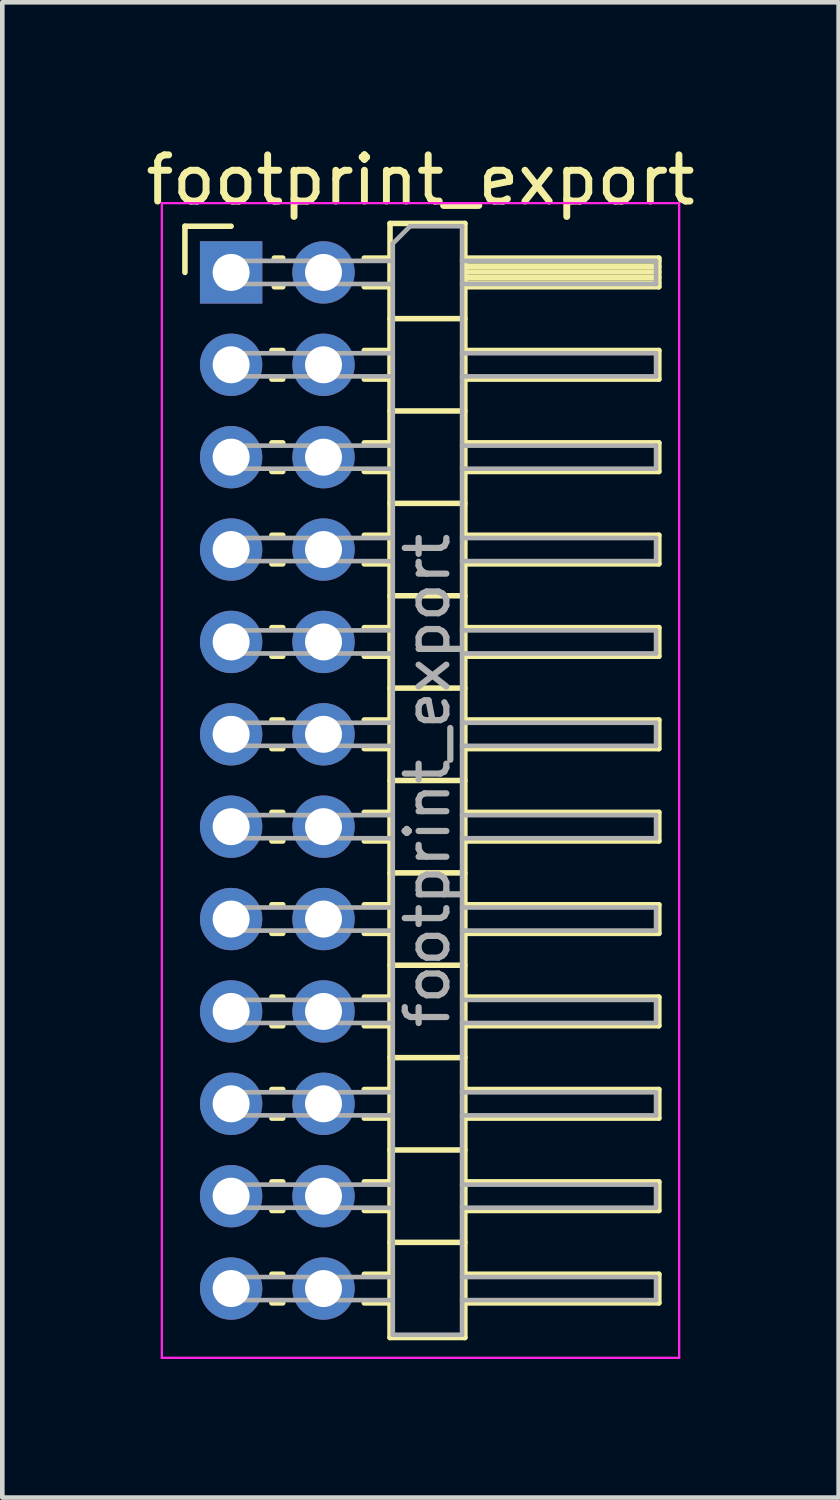
<source format=kicad_pcb>
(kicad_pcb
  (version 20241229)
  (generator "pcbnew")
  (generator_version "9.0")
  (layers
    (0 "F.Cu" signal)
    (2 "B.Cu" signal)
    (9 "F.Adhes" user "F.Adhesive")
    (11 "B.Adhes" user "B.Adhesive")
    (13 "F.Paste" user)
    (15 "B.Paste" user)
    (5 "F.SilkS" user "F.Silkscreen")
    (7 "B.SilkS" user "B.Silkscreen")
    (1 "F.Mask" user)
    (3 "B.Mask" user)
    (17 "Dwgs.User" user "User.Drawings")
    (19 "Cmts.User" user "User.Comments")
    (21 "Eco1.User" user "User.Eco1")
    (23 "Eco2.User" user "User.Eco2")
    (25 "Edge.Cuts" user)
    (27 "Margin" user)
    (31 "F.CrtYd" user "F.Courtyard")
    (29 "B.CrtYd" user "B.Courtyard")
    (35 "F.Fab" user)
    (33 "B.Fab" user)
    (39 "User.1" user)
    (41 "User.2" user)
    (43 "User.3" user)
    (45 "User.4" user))
  (footprint "footprint_export"
    (layer "F.Cu")
    (at 1.954 2.848)
    (property "Reference" "footprint_export" (at 4.1 -2 0) (layer "F.SilkS") (effects (font (size 1 1) (thickness 0.15))))
    (attr through_hole)
    (fp_line (start -1 -1) (end 0 -1) (stroke (width 0.12) (type solid)) (layer "F.SilkS"))
    (fp_line (start -1 0) (end -1 -1) (stroke (width 0.12) (type solid)) (layer "F.SilkS"))
    (fp_line (start 0.882 1.69) (end 1.118 1.69) (stroke (width 0.12) (type solid)) (layer "F.SilkS"))
    (fp_line (start 0.882 2.31) (end 1.118 2.31) (stroke (width 0.12) (type solid)) (layer "F.SilkS"))
    (fp_line (start 0.882 3.69) (end 1.118 3.69) (stroke (width 0.12) (type solid)) (layer "F.SilkS"))
    (fp_line (start 0.882 4.31) (end 1.118 4.31) (stroke (width 0.12) (type solid)) (layer "F.SilkS"))
    (fp_line (start 0.882 5.69) (end 1.118 5.69) (stroke (width 0.12) (type solid)) (layer "F.SilkS"))
    (fp_line (start 0.882 6.31) (end 1.118 6.31) (stroke (width 0.12) (type solid)) (layer "F.SilkS"))
    (fp_line (start 0.882 7.69) (end 1.118 7.69) (stroke (width 0.12) (type solid)) (layer "F.SilkS"))
    (fp_line (start 0.882 8.31) (end 1.118 8.31) (stroke (width 0.12) (type solid)) (layer "F.SilkS"))
    (fp_line (start 0.882 9.69) (end 1.118 9.69) (stroke (width 0.12) (type solid)) (layer "F.SilkS"))
    (fp_line (start 0.882 10.31) (end 1.118 10.31) (stroke (width 0.12) (type solid)) (layer "F.SilkS"))
    (fp_line (start 0.882 11.69) (end 1.118 11.69) (stroke (width 0.12) (type solid)) (layer "F.SilkS"))
    (fp_line (start 0.882 12.31) (end 1.118 12.31) (stroke (width 0.12) (type solid)) (layer "F.SilkS"))
    (fp_line (start 0.882 13.69) (end 1.118 13.69) (stroke (width 0.12) (type solid)) (layer "F.SilkS"))
    (fp_line (start 0.882 14.31) (end 1.118 14.31) (stroke (width 0.12) (type solid)) (layer "F.SilkS"))
    (fp_line (start 0.882 15.69) (end 1.118 15.69) (stroke (width 0.12) (type solid)) (layer "F.SilkS"))
    (fp_line (start 0.882 16.31) (end 1.118 16.31) (stroke (width 0.12) (type solid)) (layer "F.SilkS"))
    (fp_line (start 0.882 17.69) (end 1.118 17.69) (stroke (width 0.12) (type solid)) (layer "F.SilkS"))
    (fp_line (start 0.882 18.31) (end 1.118 18.31) (stroke (width 0.12) (type solid)) (layer "F.SilkS"))
    (fp_line (start 0.882 19.69) (end 1.118 19.69) (stroke (width 0.12) (type solid)) (layer "F.SilkS"))
    (fp_line (start 0.882 20.31) (end 1.118 20.31) (stroke (width 0.12) (type solid)) (layer "F.SilkS"))
    (fp_line (start 0.882 21.69) (end 1.118 21.69) (stroke (width 0.12) (type solid)) (layer "F.SilkS"))
    (fp_line (start 0.882 22.31) (end 1.118 22.31) (stroke (width 0.12) (type solid)) (layer "F.SilkS"))
    (fp_line (start 0.935 -0.31) (end 1.118 -0.31) (stroke (width 0.12) (type solid)) (layer "F.SilkS"))
    (fp_line (start 0.935 0.31) (end 1.118 0.31) (stroke (width 0.12) (type solid)) (layer "F.SilkS"))
    (fp_line (start 2.882 -0.31) (end 3.44 -0.31) (stroke (width 0.12) (type solid)) (layer "F.SilkS"))
    (fp_line (start 2.882 0.31) (end 3.44 0.31) (stroke (width 0.12) (type solid)) (layer "F.SilkS"))
    (fp_line (start 2.882 1.69) (end 3.44 1.69) (stroke (width 0.12) (type solid)) (layer "F.SilkS"))
    (fp_line (start 2.882 2.31) (end 3.44 2.31) (stroke (width 0.12) (type solid)) (layer "F.SilkS"))
    (fp_line (start 2.882 3.69) (end 3.44 3.69) (stroke (width 0.12) (type solid)) (layer "F.SilkS"))
    (fp_line (start 2.882 4.31) (end 3.44 4.31) (stroke (width 0.12) (type solid)) (layer "F.SilkS"))
    (fp_line (start 2.882 5.69) (end 3.44 5.69) (stroke (width 0.12) (type solid)) (layer "F.SilkS"))
    (fp_line (start 2.882 6.31) (end 3.44 6.31) (stroke (width 0.12) (type solid)) (layer "F.SilkS"))
    (fp_line (start 2.882 7.69) (end 3.44 7.69) (stroke (width 0.12) (type solid)) (layer "F.SilkS"))
    (fp_line (start 2.882 8.31) (end 3.44 8.31) (stroke (width 0.12) (type solid)) (layer "F.SilkS"))
    (fp_line (start 2.882 9.69) (end 3.44 9.69) (stroke (width 0.12) (type solid)) (layer "F.SilkS"))
    (fp_line (start 2.882 10.31) (end 3.44 10.31) (stroke (width 0.12) (type solid)) (layer "F.SilkS"))
    (fp_line (start 2.882 11.69) (end 3.44 11.69) (stroke (width 0.12) (type solid)) (layer "F.SilkS"))
    (fp_line (start 2.882 12.31) (end 3.44 12.31) (stroke (width 0.12) (type solid)) (layer "F.SilkS"))
    (fp_line (start 2.882 13.69) (end 3.44 13.69) (stroke (width 0.12) (type solid)) (layer "F.SilkS"))
    (fp_line (start 2.882 14.31) (end 3.44 14.31) (stroke (width 0.12) (type solid)) (layer "F.SilkS"))
    (fp_line (start 2.882 15.69) (end 3.44 15.69) (stroke (width 0.12) (type solid)) (layer "F.SilkS"))
    (fp_line (start 2.882 16.31) (end 3.44 16.31) (stroke (width 0.12) (type solid)) (layer "F.SilkS"))
    (fp_line (start 2.882 17.69) (end 3.44 17.69) (stroke (width 0.12) (type solid)) (layer "F.SilkS"))
    (fp_line (start 2.882 18.31) (end 3.44 18.31) (stroke (width 0.12) (type solid)) (layer "F.SilkS"))
    (fp_line (start 2.882 19.69) (end 3.44 19.69) (stroke (width 0.12) (type solid)) (layer "F.SilkS"))
    (fp_line (start 2.882 20.31) (end 3.44 20.31) (stroke (width 0.12) (type solid)) (layer "F.SilkS"))
    (fp_line (start 2.882 21.69) (end 3.44 21.69) (stroke (width 0.12) (type solid)) (layer "F.SilkS"))
    (fp_line (start 2.882 22.31) (end 3.44 22.31) (stroke (width 0.12) (type solid)) (layer "F.SilkS"))
    (fp_line (start 3.44 -1.06) (end 3.44 23.06) (stroke (width 0.12) (type solid)) (layer "F.SilkS"))
    (fp_line (start 3.44 1) (end 5.06 1) (stroke (width 0.12) (type solid)) (layer "F.SilkS"))
    (fp_line (start 3.44 3) (end 5.06 3) (stroke (width 0.12) (type solid)) (layer "F.SilkS"))
    (fp_line (start 3.44 5) (end 5.06 5) (stroke (width 0.12) (type solid)) (layer "F.SilkS"))
    (fp_line (start 3.44 7) (end 5.06 7) (stroke (width 0.12) (type solid)) (layer "F.SilkS"))
    (fp_line (start 3.44 9) (end 5.06 9) (stroke (width 0.12) (type solid)) (layer "F.SilkS"))
    (fp_line (start 3.44 11) (end 5.06 11) (stroke (width 0.12) (type solid)) (layer "F.SilkS"))
    (fp_line (start 3.44 13) (end 5.06 13) (stroke (width 0.12) (type solid)) (layer "F.SilkS"))
    (fp_line (start 3.44 15) (end 5.06 15) (stroke (width 0.12) (type solid)) (layer "F.SilkS"))
    (fp_line (start 3.44 17) (end 5.06 17) (stroke (width 0.12) (type solid)) (layer "F.SilkS"))
    (fp_line (start 3.44 19) (end 5.06 19) (stroke (width 0.12) (type solid)) (layer "F.SilkS"))
    (fp_line (start 3.44 21) (end 5.06 21) (stroke (width 0.12) (type solid)) (layer "F.SilkS"))
    (fp_line (start 3.44 23.06) (end 5.06 23.06) (stroke (width 0.12) (type solid)) (layer "F.SilkS"))
    (fp_line (start 5.06 -1.06) (end 3.44 -1.06) (stroke (width 0.12) (type solid)) (layer "F.SilkS"))
    (fp_line (start 5.06 -0.31) (end 9.26 -0.31) (stroke (width 0.12) (type solid)) (layer "F.SilkS"))
    (fp_line (start 5.06 -0.25) (end 9.26 -0.25) (stroke (width 0.12) (type solid)) (layer "F.SilkS"))
    (fp_line (start 5.06 -0.13) (end 9.26 -0.13) (stroke (width 0.12) (type solid)) (layer "F.SilkS"))
    (fp_line (start 5.06 -0.01) (end 9.26 -0.01) (stroke (width 0.12) (type solid)) (layer "F.SilkS"))
    (fp_line (start 5.06 0.11) (end 9.26 0.11) (stroke (width 0.12) (type solid)) (layer "F.SilkS"))
    (fp_line (start 5.06 0.23) (end 9.26 0.23) (stroke (width 0.12) (type solid)) (layer "F.SilkS"))
    (fp_line (start 5.06 1.69) (end 9.26 1.69) (stroke (width 0.12) (type solid)) (layer "F.SilkS"))
    (fp_line (start 5.06 3.69) (end 9.26 3.69) (stroke (width 0.12) (type solid)) (layer "F.SilkS"))
    (fp_line (start 5.06 5.69) (end 9.26 5.69) (stroke (width 0.12) (type solid)) (layer "F.SilkS"))
    (fp_line (start 5.06 7.69) (end 9.26 7.69) (stroke (width 0.12) (type solid)) (layer "F.SilkS"))
    (fp_line (start 5.06 9.69) (end 9.26 9.69) (stroke (width 0.12) (type solid)) (layer "F.SilkS"))
    (fp_line (start 5.06 11.69) (end 9.26 11.69) (stroke (width 0.12) (type solid)) (layer "F.SilkS"))
    (fp_line (start 5.06 13.69) (end 9.26 13.69) (stroke (width 0.12) (type solid)) (layer "F.SilkS"))
    (fp_line (start 5.06 15.69) (end 9.26 15.69) (stroke (width 0.12) (type solid)) (layer "F.SilkS"))
    (fp_line (start 5.06 17.69) (end 9.26 17.69) (stroke (width 0.12) (type solid)) (layer "F.SilkS"))
    (fp_line (start 5.06 19.69) (end 9.26 19.69) (stroke (width 0.12) (type solid)) (layer "F.SilkS"))
    (fp_line (start 5.06 21.69) (end 9.26 21.69) (stroke (width 0.12) (type solid)) (layer "F.SilkS"))
    (fp_line (start 5.06 23.06) (end 5.06 -1.06) (stroke (width 0.12) (type solid)) (layer "F.SilkS"))
    (fp_line (start 9.26 -0.31) (end 9.26 0.31) (stroke (width 0.12) (type solid)) (layer "F.SilkS"))
    (fp_line (start 9.26 0.31) (end 5.06 0.31) (stroke (width 0.12) (type solid)) (layer "F.SilkS"))
    (fp_line (start 9.26 1.69) (end 9.26 2.31) (stroke (width 0.12) (type solid)) (layer "F.SilkS"))
    (fp_line (start 9.26 2.31) (end 5.06 2.31) (stroke (width 0.12) (type solid)) (layer "F.SilkS"))
    (fp_line (start 9.26 3.69) (end 9.26 4.31) (stroke (width 0.12) (type solid)) (layer "F.SilkS"))
    (fp_line (start 9.26 4.31) (end 5.06 4.31) (stroke (width 0.12) (type solid)) (layer "F.SilkS"))
    (fp_line (start 9.26 5.69) (end 9.26 6.31) (stroke (width 0.12) (type solid)) (layer "F.SilkS"))
    (fp_line (start 9.26 6.31) (end 5.06 6.31) (stroke (width 0.12) (type solid)) (layer "F.SilkS"))
    (fp_line (start 9.26 7.69) (end 9.26 8.31) (stroke (width 0.12) (type solid)) (layer "F.SilkS"))
    (fp_line (start 9.26 8.31) (end 5.06 8.31) (stroke (width 0.12) (type solid)) (layer "F.SilkS"))
    (fp_line (start 9.26 9.69) (end 9.26 10.31) (stroke (width 0.12) (type solid)) (layer "F.SilkS"))
    (fp_line (start 9.26 10.31) (end 5.06 10.31) (stroke (width 0.12) (type solid)) (layer "F.SilkS"))
    (fp_line (start 9.26 11.69) (end 9.26 12.31) (stroke (width 0.12) (type solid)) (layer "F.SilkS"))
    (fp_line (start 9.26 12.31) (end 5.06 12.31) (stroke (width 0.12) (type solid)) (layer "F.SilkS"))
    (fp_line (start 9.26 13.69) (end 9.26 14.31) (stroke (width 0.12) (type solid)) (layer "F.SilkS"))
    (fp_line (start 9.26 14.31) (end 5.06 14.31) (stroke (width 0.12) (type solid)) (layer "F.SilkS"))
    (fp_line (start 9.26 15.69) (end 9.26 16.31) (stroke (width 0.12) (type solid)) (layer "F.SilkS"))
    (fp_line (start 9.26 16.31) (end 5.06 16.31) (stroke (width 0.12) (type solid)) (layer "F.SilkS"))
    (fp_line (start 9.26 17.69) (end 9.26 18.31) (stroke (width 0.12) (type solid)) (layer "F.SilkS"))
    (fp_line (start 9.26 18.31) (end 5.06 18.31) (stroke (width 0.12) (type solid)) (layer "F.SilkS"))
    (fp_line (start 9.26 19.69) (end 9.26 20.31) (stroke (width 0.12) (type solid)) (layer "F.SilkS"))
    (fp_line (start 9.26 20.31) (end 5.06 20.31) (stroke (width 0.12) (type solid)) (layer "F.SilkS"))
    (fp_line (start 9.26 21.69) (end 9.26 22.31) (stroke (width 0.12) (type solid)) (layer "F.SilkS"))
    (fp_line (start 9.26 22.31) (end 5.06 22.31) (stroke (width 0.12) (type solid)) (layer "F.SilkS"))
    (fp_line (start -1.5 -1.5) (end -1.5 23.5) (stroke (width 0.05) (type solid)) (layer "F.CrtYd"))
    (fp_line (start -1.5 23.5) (end 9.7 23.5) (stroke (width 0.05) (type solid)) (layer "F.CrtYd"))
    (fp_line (start 9.7 -1.5) (end -1.5 -1.5) (stroke (width 0.05) (type solid)) (layer "F.CrtYd"))
    (fp_line (start 9.7 23.5) (end 9.7 -1.5) (stroke (width 0.05) (type solid)) (layer "F.CrtYd"))
    (fp_line (start -0.25 -0.25) (end -0.25 0.25) (stroke (width 0.1) (type solid)) (layer "F.Fab"))
    (fp_line (start -0.25 -0.25) (end 3.5 -0.25) (stroke (width 0.1) (type solid)) (layer "F.Fab"))
    (fp_line (start -0.25 0.25) (end 3.5 0.25) (stroke (width 0.1) (type solid)) (layer "F.Fab"))
    (fp_line (start -0.25 1.75) (end -0.25 2.25) (stroke (width 0.1) (type solid)) (layer "F.Fab"))
    (fp_line (start -0.25 1.75) (end 3.5 1.75) (stroke (width 0.1) (type solid)) (layer "F.Fab"))
    (fp_line (start -0.25 2.25) (end 3.5 2.25) (stroke (width 0.1) (type solid)) (layer "F.Fab"))
    (fp_line (start -0.25 3.75) (end -0.25 4.25) (stroke (width 0.1) (type solid)) (layer "F.Fab"))
    (fp_line (start -0.25 3.75) (end 3.5 3.75) (stroke (width 0.1) (type solid)) (layer "F.Fab"))
    (fp_line (start -0.25 4.25) (end 3.5 4.25) (stroke (width 0.1) (type solid)) (layer "F.Fab"))
    (fp_line (start -0.25 5.75) (end -0.25 6.25) (stroke (width 0.1) (type solid)) (layer "F.Fab"))
    (fp_line (start -0.25 5.75) (end 3.5 5.75) (stroke (width 0.1) (type solid)) (layer "F.Fab"))
    (fp_line (start -0.25 6.25) (end 3.5 6.25) (stroke (width 0.1) (type solid)) (layer "F.Fab"))
    (fp_line (start -0.25 7.75) (end -0.25 8.25) (stroke (width 0.1) (type solid)) (layer "F.Fab"))
    (fp_line (start -0.25 7.75) (end 3.5 7.75) (stroke (width 0.1) (type solid)) (layer "F.Fab"))
    (fp_line (start -0.25 8.25) (end 3.5 8.25) (stroke (width 0.1) (type solid)) (layer "F.Fab"))
    (fp_line (start -0.25 9.75) (end -0.25 10.25) (stroke (width 0.1) (type solid)) (layer "F.Fab"))
    (fp_line (start -0.25 9.75) (end 3.5 9.75) (stroke (width 0.1) (type solid)) (layer "F.Fab"))
    (fp_line (start -0.25 10.25) (end 3.5 10.25) (stroke (width 0.1) (type solid)) (layer "F.Fab"))
    (fp_line (start -0.25 11.75) (end -0.25 12.25) (stroke (width 0.1) (type solid)) (layer "F.Fab"))
    (fp_line (start -0.25 11.75) (end 3.5 11.75) (stroke (width 0.1) (type solid)) (layer "F.Fab"))
    (fp_line (start -0.25 12.25) (end 3.5 12.25) (stroke (width 0.1) (type solid)) (layer "F.Fab"))
    (fp_line (start -0.25 13.75) (end -0.25 14.25) (stroke (width 0.1) (type solid)) (layer "F.Fab"))
    (fp_line (start -0.25 13.75) (end 3.5 13.75) (stroke (width 0.1) (type solid)) (layer "F.Fab"))
    (fp_line (start -0.25 14.25) (end 3.5 14.25) (stroke (width 0.1) (type solid)) (layer "F.Fab"))
    (fp_line (start -0.25 15.75) (end -0.25 16.25) (stroke (width 0.1) (type solid)) (layer "F.Fab"))
    (fp_line (start -0.25 15.75) (end 3.5 15.75) (stroke (width 0.1) (type solid)) (layer "F.Fab"))
    (fp_line (start -0.25 16.25) (end 3.5 16.25) (stroke (width 0.1) (type solid)) (layer "F.Fab"))
    (fp_line (start -0.25 17.75) (end -0.25 18.25) (stroke (width 0.1) (type solid)) (layer "F.Fab"))
    (fp_line (start -0.25 17.75) (end 3.5 17.75) (stroke (width 0.1) (type solid)) (layer "F.Fab"))
    (fp_line (start -0.25 18.25) (end 3.5 18.25) (stroke (width 0.1) (type solid)) (layer "F.Fab"))
    (fp_line (start -0.25 19.75) (end -0.25 20.25) (stroke (width 0.1) (type solid)) (layer "F.Fab"))
    (fp_line (start -0.25 19.75) (end 3.5 19.75) (stroke (width 0.1) (type solid)) (layer "F.Fab"))
    (fp_line (start -0.25 20.25) (end 3.5 20.25) (stroke (width 0.1) (type solid)) (layer "F.Fab"))
    (fp_line (start -0.25 21.75) (end -0.25 22.25) (stroke (width 0.1) (type solid)) (layer "F.Fab"))
    (fp_line (start -0.25 21.75) (end 3.5 21.75) (stroke (width 0.1) (type solid)) (layer "F.Fab"))
    (fp_line (start -0.25 22.25) (end 3.5 22.25) (stroke (width 0.1) (type solid)) (layer "F.Fab"))
    (fp_line (start 3.5 -0.625) (end 3.875 -1) (stroke (width 0.1) (type solid)) (layer "F.Fab"))
    (fp_line (start 3.5 23) (end 3.5 -0.625) (stroke (width 0.1) (type solid)) (layer "F.Fab"))
    (fp_line (start 3.875 -1) (end 5 -1) (stroke (width 0.1) (type solid)) (layer "F.Fab"))
    (fp_line (start 5 -1) (end 5 23) (stroke (width 0.1) (type solid)) (layer "F.Fab"))
    (fp_line (start 5 -0.25) (end 9.2 -0.25) (stroke (width 0.1) (type solid)) (layer "F.Fab"))
    (fp_line (start 5 0.25) (end 9.2 0.25) (stroke (width 0.1) (type solid)) (layer "F.Fab"))
    (fp_line (start 5 1.75) (end 9.2 1.75) (stroke (width 0.1) (type solid)) (layer "F.Fab"))
    (fp_line (start 5 2.25) (end 9.2 2.25) (stroke (width 0.1) (type solid)) (layer "F.Fab"))
    (fp_line (start 5 3.75) (end 9.2 3.75) (stroke (width 0.1) (type solid)) (layer "F.Fab"))
    (fp_line (start 5 4.25) (end 9.2 4.25) (stroke (width 0.1) (type solid)) (layer "F.Fab"))
    (fp_line (start 5 5.75) (end 9.2 5.75) (stroke (width 0.1) (type solid)) (layer "F.Fab"))
    (fp_line (start 5 6.25) (end 9.2 6.25) (stroke (width 0.1) (type solid)) (layer "F.Fab"))
    (fp_line (start 5 7.75) (end 9.2 7.75) (stroke (width 0.1) (type solid)) (layer "F.Fab"))
    (fp_line (start 5 8.25) (end 9.2 8.25) (stroke (width 0.1) (type solid)) (layer "F.Fab"))
    (fp_line (start 5 9.75) (end 9.2 9.75) (stroke (width 0.1) (type solid)) (layer "F.Fab"))
    (fp_line (start 5 10.25) (end 9.2 10.25) (stroke (width 0.1) (type solid)) (layer "F.Fab"))
    (fp_line (start 5 11.75) (end 9.2 11.75) (stroke (width 0.1) (type solid)) (layer "F.Fab"))
    (fp_line (start 5 12.25) (end 9.2 12.25) (stroke (width 0.1) (type solid)) (layer "F.Fab"))
    (fp_line (start 5 13.75) (end 9.2 13.75) (stroke (width 0.1) (type solid)) (layer "F.Fab"))
    (fp_line (start 5 14.25) (end 9.2 14.25) (stroke (width 0.1) (type solid)) (layer "F.Fab"))
    (fp_line (start 5 15.75) (end 9.2 15.75) (stroke (width 0.1) (type solid)) (layer "F.Fab"))
    (fp_line (start 5 16.25) (end 9.2 16.25) (stroke (width 0.1) (type solid)) (layer "F.Fab"))
    (fp_line (start 5 17.75) (end 9.2 17.75) (stroke (width 0.1) (type solid)) (layer "F.Fab"))
    (fp_line (start 5 18.25) (end 9.2 18.25) (stroke (width 0.1) (type solid)) (layer "F.Fab"))
    (fp_line (start 5 19.75) (end 9.2 19.75) (stroke (width 0.1) (type solid)) (layer "F.Fab"))
    (fp_line (start 5 20.25) (end 9.2 20.25) (stroke (width 0.1) (type solid)) (layer "F.Fab"))
    (fp_line (start 5 21.75) (end 9.2 21.75) (stroke (width 0.1) (type solid)) (layer "F.Fab"))
    (fp_line (start 5 22.25) (end 9.2 22.25) (stroke (width 0.1) (type solid)) (layer "F.Fab"))
    (fp_line (start 5 23) (end 3.5 23) (stroke (width 0.1) (type solid)) (layer "F.Fab"))
    (fp_line (start 9.2 -0.25) (end 9.2 0.25) (stroke (width 0.1) (type solid)) (layer "F.Fab"))
    (fp_line (start 9.2 1.75) (end 9.2 2.25) (stroke (width 0.1) (type solid)) (layer "F.Fab"))
    (fp_line (start 9.2 3.75) (end 9.2 4.25) (stroke (width 0.1) (type solid)) (layer "F.Fab"))
    (fp_line (start 9.2 5.75) (end 9.2 6.25) (stroke (width 0.1) (type solid)) (layer "F.Fab"))
    (fp_line (start 9.2 7.75) (end 9.2 8.25) (stroke (width 0.1) (type solid)) (layer "F.Fab"))
    (fp_line (start 9.2 9.75) (end 9.2 10.25) (stroke (width 0.1) (type solid)) (layer "F.Fab"))
    (fp_line (start 9.2 11.75) (end 9.2 12.25) (stroke (width 0.1) (type solid)) (layer "F.Fab"))
    (fp_line (start 9.2 13.75) (end 9.2 14.25) (stroke (width 0.1) (type solid)) (layer "F.Fab"))
    (fp_line (start 9.2 15.75) (end 9.2 16.25) (stroke (width 0.1) (type solid)) (layer "F.Fab"))
    (fp_line (start 9.2 17.75) (end 9.2 18.25) (stroke (width 0.1) (type solid)) (layer "F.Fab"))
    (fp_line (start 9.2 19.75) (end 9.2 20.25) (stroke (width 0.1) (type solid)) (layer "F.Fab"))
    (fp_line (start 9.2 21.75) (end 9.2 22.25) (stroke (width 0.1) (type solid)) (layer "F.Fab"))
    (fp_text user "${REFERENCE}" (at 4.25 11 90) (layer "F.Fab") (effects (font (size 0.9 0.9) (thickness 0.135))))
    (pad "1" thru_hole rect (at 0 0) (size 1.35 1.35) (drill 0.8) (layers "*.Cu" "*.Mask"))
    (pad "2" thru_hole oval (at 2 0) (size 1.35 1.35) (drill 0.8) (layers "*.Cu" "*.Mask"))
    (pad "3" thru_hole oval (at 0 2) (size 1.35 1.35) (drill 0.8) (layers "*.Cu" "*.Mask"))
    (pad "4" thru_hole oval (at 2 2) (size 1.35 1.35) (drill 0.8) (layers "*.Cu" "*.Mask"))
    (pad "5" thru_hole oval (at 0 4) (size 1.35 1.35) (drill 0.8) (layers "*.Cu" "*.Mask"))
    (pad "6" thru_hole oval (at 2 4) (size 1.35 1.35) (drill 0.8) (layers "*.Cu" "*.Mask"))
    (pad "7" thru_hole oval (at 0 6) (size 1.35 1.35) (drill 0.8) (layers "*.Cu" "*.Mask"))
    (pad "8" thru_hole oval (at 2 6) (size 1.35 1.35) (drill 0.8) (layers "*.Cu" "*.Mask"))
    (pad "9" thru_hole oval (at 0 8) (size 1.35 1.35) (drill 0.8) (layers "*.Cu" "*.Mask"))
    (pad "10" thru_hole oval (at 2 8) (size 1.35 1.35) (drill 0.8) (layers "*.Cu" "*.Mask"))
    (pad "11" thru_hole oval (at 0 10) (size 1.35 1.35) (drill 0.8) (layers "*.Cu" "*.Mask"))
    (pad "12" thru_hole oval (at 2 10) (size 1.35 1.35) (drill 0.8) (layers "*.Cu" "*.Mask"))
    (pad "13" thru_hole oval (at 0 12) (size 1.35 1.35) (drill 0.8) (layers "*.Cu" "*.Mask"))
    (pad "14" thru_hole oval (at 2 12) (size 1.35 1.35) (drill 0.8) (layers "*.Cu" "*.Mask"))
    (pad "15" thru_hole oval (at 0 14) (size 1.35 1.35) (drill 0.8) (layers "*.Cu" "*.Mask"))
    (pad "16" thru_hole oval (at 2 14) (size 1.35 1.35) (drill 0.8) (layers "*.Cu" "*.Mask"))
    (pad "17" thru_hole oval (at 0 16) (size 1.35 1.35) (drill 0.8) (layers "*.Cu" "*.Mask"))
    (pad "18" thru_hole oval (at 2 16) (size 1.35 1.35) (drill 0.8) (layers "*.Cu" "*.Mask"))
    (pad "19" thru_hole oval (at 0 18) (size 1.35 1.35) (drill 0.8) (layers "*.Cu" "*.Mask"))
    (pad "20" thru_hole oval (at 2 18) (size 1.35 1.35) (drill 0.8) (layers "*.Cu" "*.Mask"))
    (pad "21" thru_hole oval (at 0 20) (size 1.35 1.35) (drill 0.8) (layers "*.Cu" "*.Mask"))
    (pad "22" thru_hole oval (at 2 20) (size 1.35 1.35) (drill 0.8) (layers "*.Cu" "*.Mask"))
    (pad "23" thru_hole oval (at 0 22) (size 1.35 1.35) (drill 0.8) (layers "*.Cu" "*.Mask"))
    (pad "24" thru_hole oval (at 2 22) (size 1.35 1.35) (drill 0.8) (layers "*.Cu" "*.Mask")))
  (gr_rect
    (start -3 -3)
    (end 15.107 29.373)
    (stroke (width 0.1) (type default))
    (fill no)
    (layer "Edge.Cuts")))
</source>
